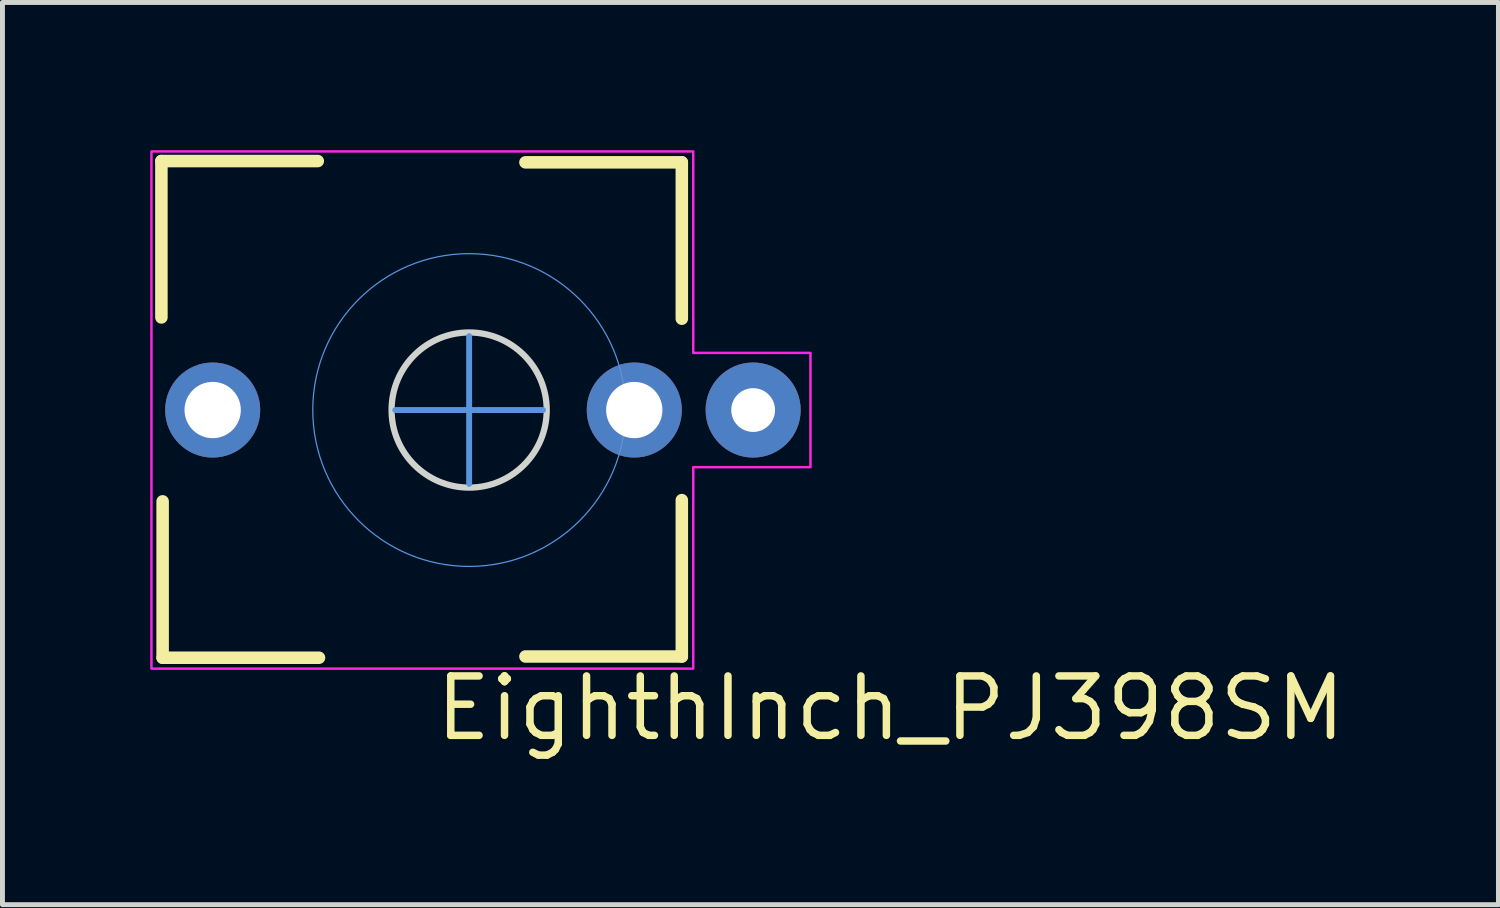
<source format=kicad_pcb>
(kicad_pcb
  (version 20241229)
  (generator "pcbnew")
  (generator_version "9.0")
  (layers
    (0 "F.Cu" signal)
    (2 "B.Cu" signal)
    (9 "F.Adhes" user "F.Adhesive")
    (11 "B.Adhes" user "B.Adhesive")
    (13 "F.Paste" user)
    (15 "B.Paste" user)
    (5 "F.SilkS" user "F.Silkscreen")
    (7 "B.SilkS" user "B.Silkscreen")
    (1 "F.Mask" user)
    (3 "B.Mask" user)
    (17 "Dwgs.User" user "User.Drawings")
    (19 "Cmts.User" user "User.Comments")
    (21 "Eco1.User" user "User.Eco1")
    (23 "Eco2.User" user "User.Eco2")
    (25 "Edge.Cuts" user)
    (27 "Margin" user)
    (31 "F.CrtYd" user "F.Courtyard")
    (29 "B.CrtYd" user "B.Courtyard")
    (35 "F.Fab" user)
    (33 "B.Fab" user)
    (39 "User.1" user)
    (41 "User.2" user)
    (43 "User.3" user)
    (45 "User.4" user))
  (footprint "EighthInch_PJ398SM"
    (layer "F.Cu")
    (at 6.475 5.275)
    (property "Reference" "EighthInch_PJ398SM" (at -0.76 6.76 0) (layer "F.SilkS") (effects (font (size 1.206 1.206) (thickness 0.152)) (justify left bottom)))
    (attr through_hole)
    (fp_line (start -6.248 -5.055) (end -6.248 -1.88) (stroke (width 0.254) (type solid)) (layer "F.SilkS"))
    (fp_line (start -6.223 1.854) (end -6.223 5.029) (stroke (width 0.254) (type solid)) (layer "F.SilkS"))
    (fp_line (start -6.223 5.029) (end -3.048 5.029) (stroke (width 0.254) (type solid)) (layer "F.SilkS"))
    (fp_line (start -3.073 -5.055) (end -6.248 -5.055) (stroke (width 0.254) (type solid)) (layer "F.SilkS"))
    (fp_line (start 1.143 5.004) (end 4.318 5.004) (stroke (width 0.254) (type solid)) (layer "F.SilkS"))
    (fp_line (start 4.318 -5.029) (end 1.143 -5.029) (stroke (width 0.254) (type solid)) (layer "F.SilkS"))
    (fp_line (start 4.318 -1.854) (end 4.318 -5.029) (stroke (width 0.254) (type solid)) (layer "F.SilkS"))
    (fp_line (start 4.318 5.004) (end 4.318 1.829) (stroke (width 0.254) (type solid)) (layer "F.SilkS"))
    (fp_line (start -1.5 0) (end 1.5 0) (stroke (width 0.12) (type solid)) (layer "Cmts.User"))
    (fp_line (start 0 1.5) (end 0 -1.5) (stroke (width 0.12) (type solid)) (layer "Cmts.User"))
    (fp_circle (center 0 0) (end 3.175 0) (stroke (width 0.025) (type solid)) (fill no) (layer "Cmts.User"))
    (fp_circle (center 0 0) (end 1.575 0) (stroke (width 0.127) (type solid)) (fill no) (layer "Edge.Cuts"))
    (fp_poly (pts (xy 4.55 5.25) (xy -6.45 5.25) (xy -6.45 -5.25) (xy 4.55 -5.25) (xy 4.55 -1.16) (xy 6.93 -1.16) (xy 6.93 1.16) (xy 4.55 1.16)) (stroke (width 0.05) (type solid)) (fill no) (layer "F.CrtYd"))
    (pad "1" thru_hole circle (at -5.207 0) (size 1.93 1.93) (drill 1.143) (layers "*.Cu" "*.Mask"))
    (pad "2" thru_hole circle (at 5.766 0) (size 1.93 1.93) (drill 0.889) (layers "*.Cu" "*.Mask"))
    (pad "3" thru_hole circle (at 3.353 0) (size 1.93 1.93) (drill 1.143) (layers "*.Cu" "*.Mask")))
  (gr_rect
    (start -3 -3)
    (end 27.373 15.318)
    (stroke (width 0.1) (type default))
    (fill no)
    (layer "Edge.Cuts")))
</source>
